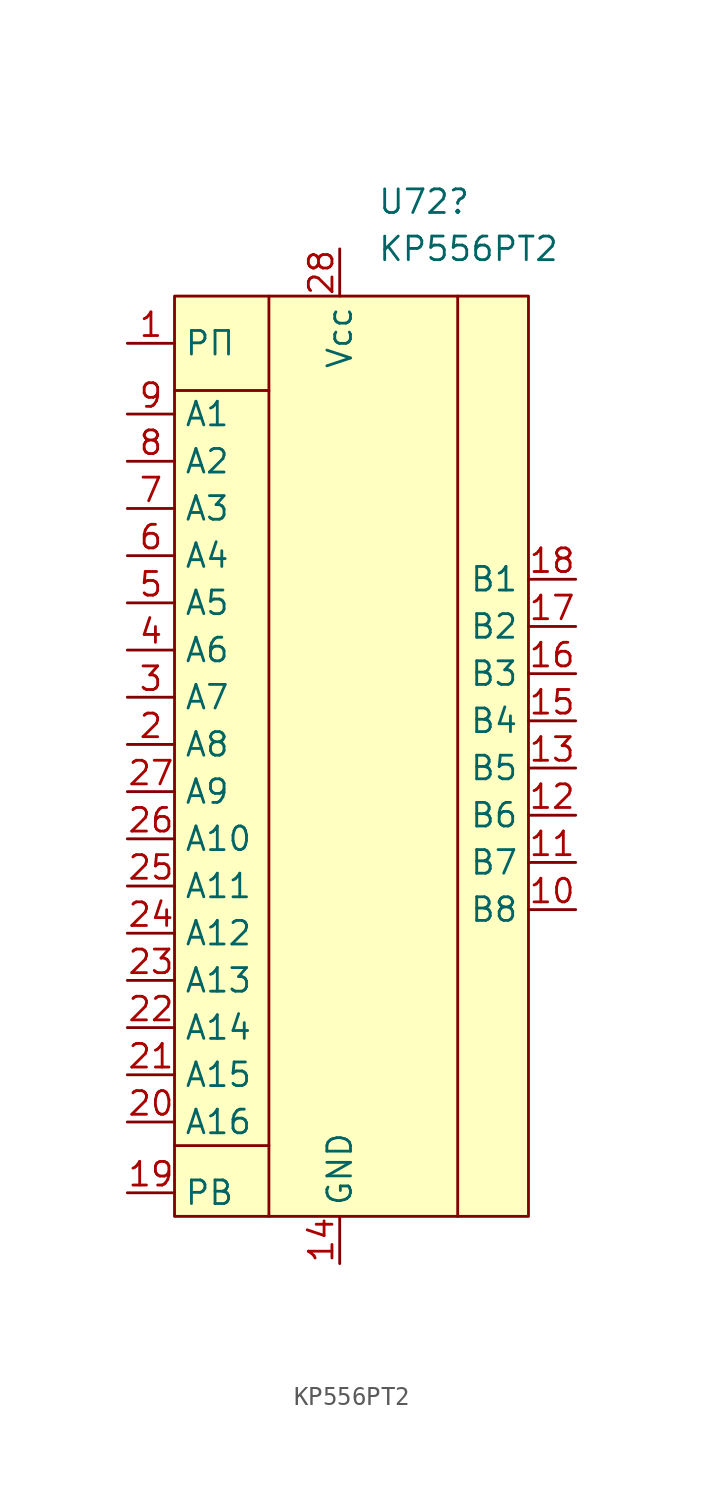
<source format=kicad_sym>
(kicad_symbol_lib
  (version 20220914)
  (generator kicad_symbol_editor)
  (symbol "КР556РТ2"
    (property "Reference" "U72"
      (at 2.019 29.21 0)
      (effects (font (size 1.27 1.27)) (justify left)))
    (property "Value" "КР556РТ2"
      (at 2.019 26.67 0)
      (effects (font (size 1.27 1.27)) (justify left)))
    (symbol "КР556РТ2_0_0"
      (pin input line (at -11.43 21.59 0) (length 2.54) (name "РП" (effects (font (size 1.27 1.27)))) (number "1" (effects (font (size 1.27 1.27)))))
      (pin output line (at 12.7 -8.89 180) (length 2.54) (name "В8" (effects (font (size 1.27 1.27)))) (number "10" (effects (font (size 1.27 1.27)))))
      (pin output line (at 12.7 -6.35 180) (length 2.54) (name "В7" (effects (font (size 1.27 1.27)))) (number "11" (effects (font (size 1.27 1.27)))))
      (pin output line (at 12.7 -3.81 180) (length 2.54) (name "В6" (effects (font (size 1.27 1.27)))) (number "12" (effects (font (size 1.27 1.27)))))
      (pin output line (at 12.7 -1.27 180) (length 2.54) (name "В5" (effects (font (size 1.27 1.27)))) (number "13" (effects (font (size 1.27 1.27)))))
      (pin power_in line (at 0 -27.94 90) (length 2.54) (name "GND" (effects (font (size 1.27 1.27)))) (number "14" (effects (font (size 1.27 1.27)))))
      (pin output line (at 12.7 1.27 180) (length 2.54) (name "В4" (effects (font (size 1.27 1.27)))) (number "15" (effects (font (size 1.27 1.27)))))
      (pin output line (at 12.7 3.81 180) (length 2.54) (name "В3" (effects (font (size 1.27 1.27)))) (number "16" (effects (font (size 1.27 1.27)))))
      (pin output line (at 12.7 6.35 180) (length 2.54) (name "В2" (effects (font (size 1.27 1.27)))) (number "17" (effects (font (size 1.27 1.27)))))
      (pin output line (at 12.7 8.89 180) (length 2.54) (name "В1" (effects (font (size 1.27 1.27)))) (number "18" (effects (font (size 1.27 1.27)))))
      (pin input line (at -11.43 -24.13 0) (length 2.54) (name "РВ" (effects (font (size 1.27 1.27)))) (number "19" (effects (font (size 1.27 1.27)))))
      (pin input line (at -11.43 0 0) (length 2.54) (name "А8" (effects (font (size 1.27 1.27)))) (number "2" (effects (font (size 1.27 1.27)))))
      (pin input line (at -11.43 -20.32 0) (length 2.54) (name "А16" (effects (font (size 1.27 1.27)))) (number "20" (effects (font (size 1.27 1.27)))))
      (pin input line (at -11.43 -17.78 0) (length 2.54) (name "А15" (effects (font (size 1.27 1.27)))) (number "21" (effects (font (size 1.27 1.27)))))
      (pin input line (at -11.43 -15.24 0) (length 2.54) (name "А14" (effects (font (size 1.27 1.27)))) (number "22" (effects (font (size 1.27 1.27)))))
      (pin input line (at -11.43 -12.7 0) (length 2.54) (name "А13" (effects (font (size 1.27 1.27)))) (number "23" (effects (font (size 1.27 1.27)))))
      (pin input line (at -11.43 -10.16 0) (length 2.54) (name "А12" (effects (font (size 1.27 1.27)))) (number "24" (effects (font (size 1.27 1.27)))))
      (pin input line (at -11.43 -7.62 0) (length 2.54) (name "А11" (effects (font (size 1.27 1.27)))) (number "25" (effects (font (size 1.27 1.27)))))
      (pin input line (at -11.43 -5.08 0) (length 2.54) (name "А10" (effects (font (size 1.27 1.27)))) (number "26" (effects (font (size 1.27 1.27)))))
      (pin input line (at -11.43 -2.54 0) (length 2.54) (name "А9" (effects (font (size 1.27 1.27)))) (number "27" (effects (font (size 1.27 1.27)))))
      (pin power_in line (at 0 26.67 270) (length 2.54) (name "Vcc" (effects (font (size 1.27 1.27)))) (number "28" (effects (font (size 1.27 1.27)))))
      (pin input line (at -11.43 2.54 0) (length 2.54) (name "А7" (effects (font (size 1.27 1.27)))) (number "3" (effects (font (size 1.27 1.27)))))
      (pin input line (at -11.43 5.08 0) (length 2.54) (name "А6" (effects (font (size 1.27 1.27)))) (number "4" (effects (font (size 1.27 1.27)))))
      (pin input line (at -11.43 7.62 0) (length 2.54) (name "А5" (effects (font (size 1.27 1.27)))) (number "5" (effects (font (size 1.27 1.27)))))
      (pin input line (at -11.43 10.16 0) (length 2.54) (name "А4" (effects (font (size 1.27 1.27)))) (number "6" (effects (font (size 1.27 1.27)))))
      (pin input line (at -11.43 12.7 0) (length 2.54) (name "А3" (effects (font (size 1.27 1.27)))) (number "7" (effects (font (size 1.27 1.27)))))
      (pin input line (at -11.43 15.24 0) (length 2.54) (name "А2" (effects (font (size 1.27 1.27)))) (number "8" (effects (font (size 1.27 1.27)))))
      (pin input line (at -11.43 17.78 0) (length 2.54) (name "А1" (effects (font (size 1.27 1.27)))) (number "9" (effects (font (size 1.27 1.27))))))
    (symbol "КР556РТ2_0_1"
      (rectangle (start -8.89 24.13) (end 10.16 -25.4) (stroke (width 0) (type default)) (fill (type background)))
      (polyline (pts (xy -8.89 -21.59) (xy -3.81 -21.59)) (stroke (width 0) (type default)) (fill (type none)))
      (polyline (pts (xy -8.89 19.05) (xy -3.81 19.05)) (stroke (width 0) (type default)) (fill (type none)))
      (polyline (pts (xy -3.81 24.13) (xy -3.81 -25.4)) (stroke (width 0) (type default)) (fill (type none)))
      (polyline (pts (xy 6.35 24.13) (xy 6.35 -25.4)) (stroke (width 0) (type default)) (fill (type none))))))
</source>
